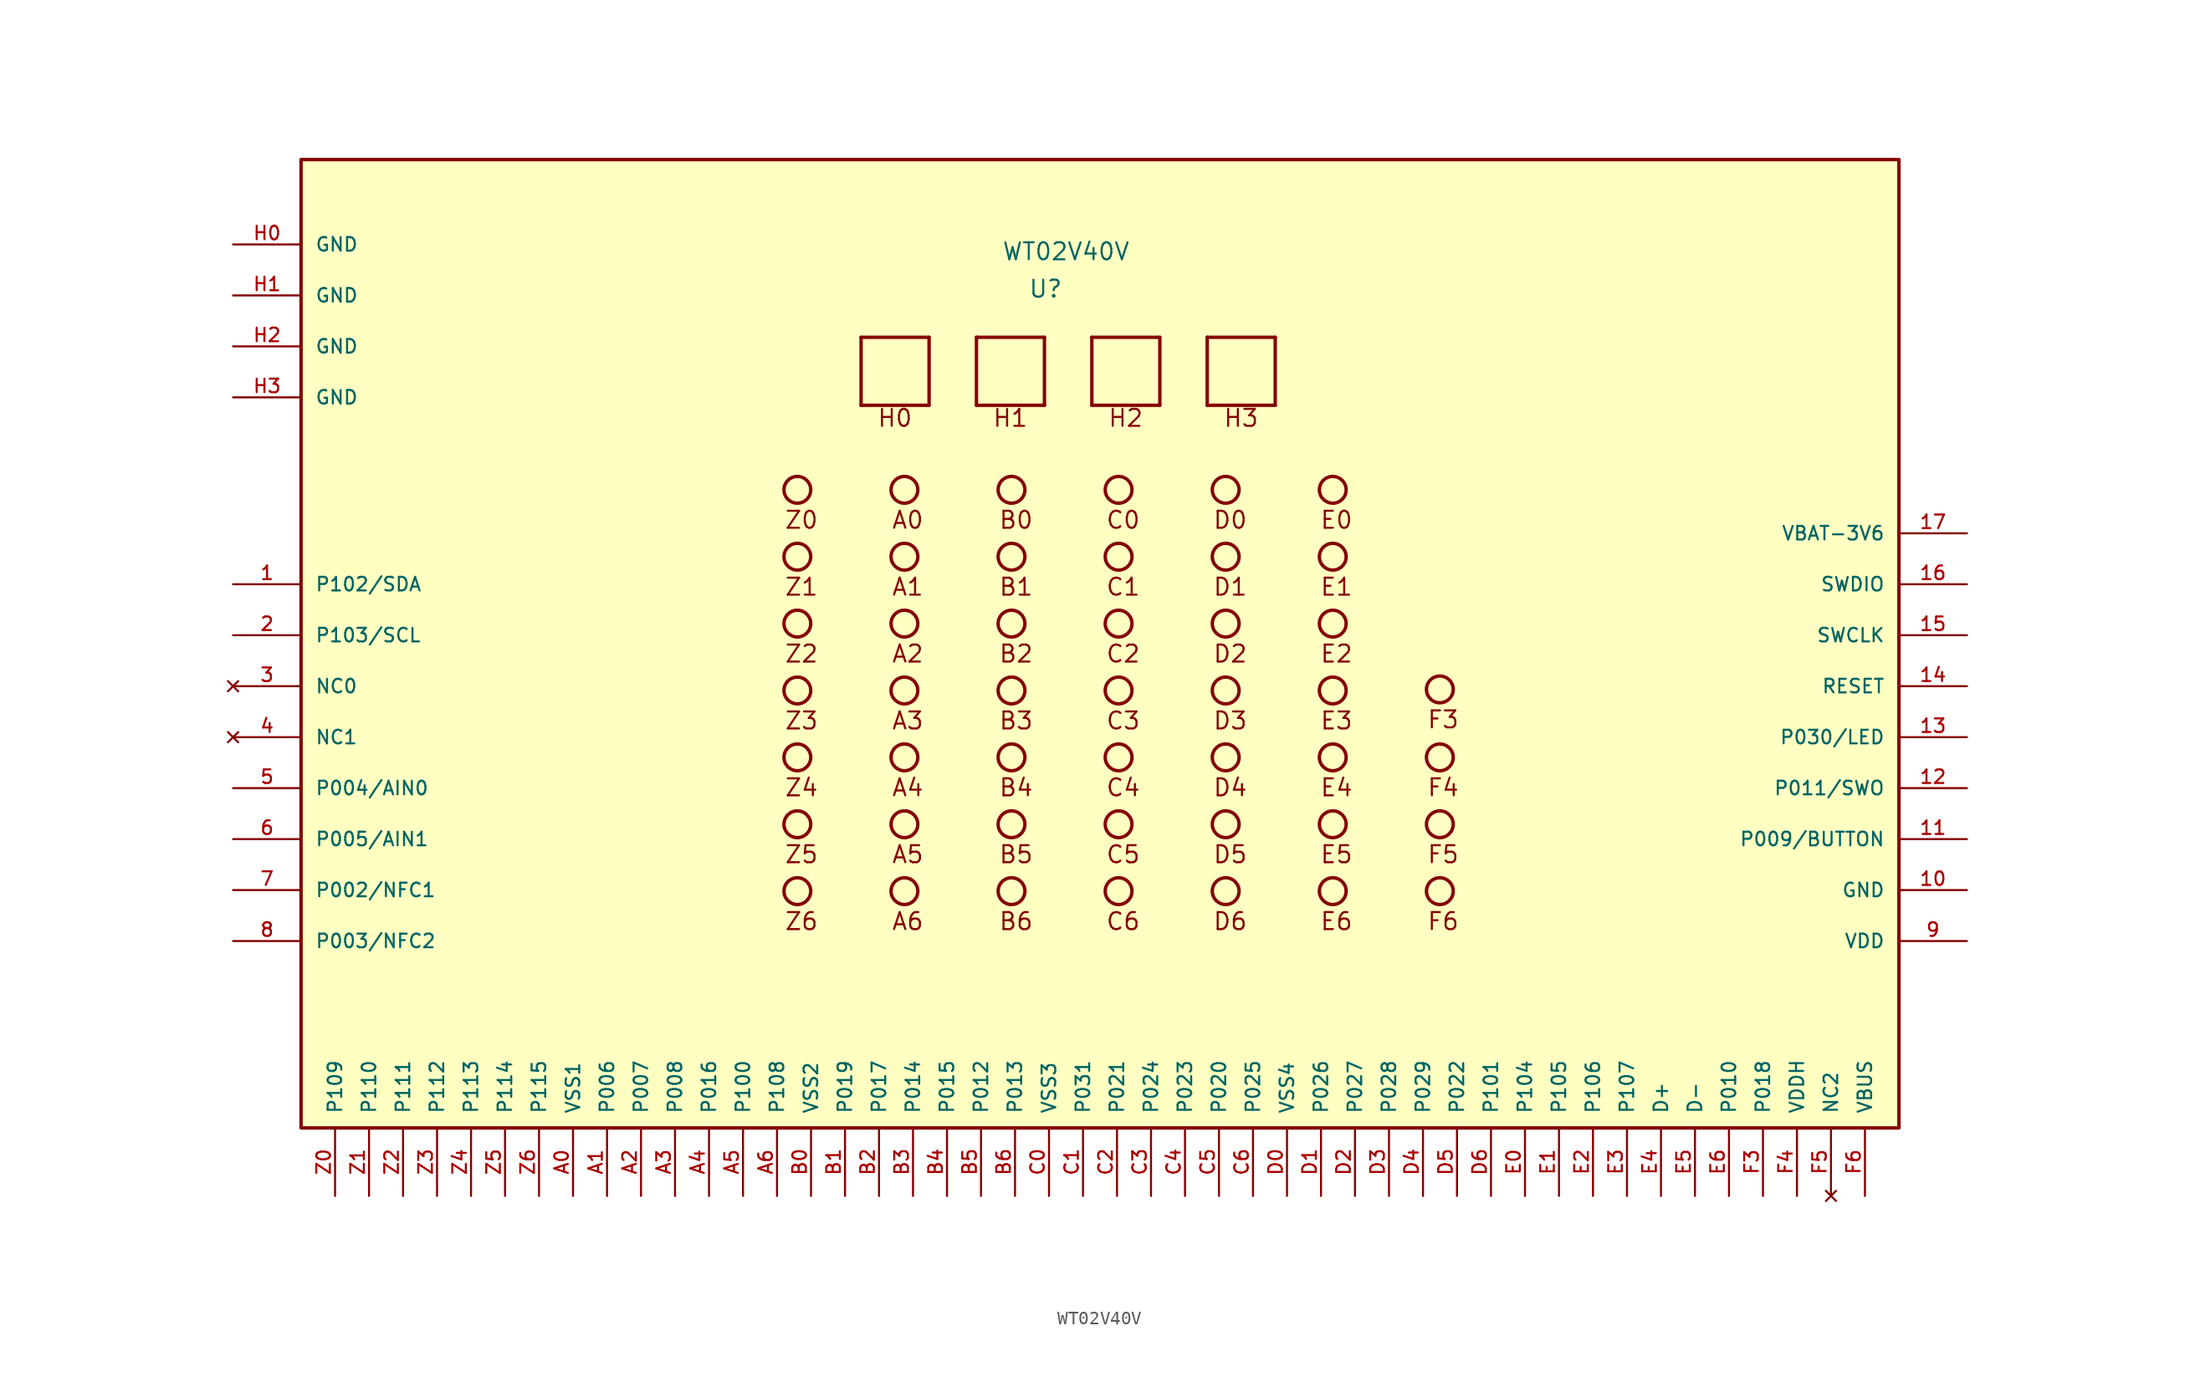
<source format=kicad_sym>
(kicad_symbol_lib
  (version 20231120)
  (generator "kicad_symbol_editor")
  (generator_version "8.0")
  (symbol "WT02V40V"
    (pin_names
      (offset 1.016))
    (property "Reference" "U"
      (at 37.846 11.176 0)
      (effects (font (size 1.27 1.27)) (justify bottom)))
    (property "Value" "WT02V40V"
      (at 39.37 13.97 0)
      (effects (font (size 1.27 1.27)) (justify bottom)))
    (symbol "WT02V40V_0_0"
      (polyline (pts (xy 24.06 3.22) (xy 24.06 8.3)) (stroke (width 0.254) (type default)) (fill (type none)))
      (polyline (pts (xy 24.06 8.3) (xy 29.14 8.3)) (stroke (width 0.254) (type default)) (fill (type none)))
      (polyline (pts (xy 29.14 3.22) (xy 24.06 3.22)) (stroke (width 0.254) (type default)) (fill (type none)))
      (polyline (pts (xy 29.14 8.3) (xy 29.14 3.22)) (stroke (width 0.254) (type default)) (fill (type none)))
      (polyline (pts (xy 32.68 3.22) (xy 32.68 8.3)) (stroke (width 0.254) (type default)) (fill (type none)))
      (polyline (pts (xy 32.68 8.3) (xy 37.76 8.3)) (stroke (width 0.254) (type default)) (fill (type none)))
      (polyline (pts (xy 37.76 3.22) (xy 32.68 3.22)) (stroke (width 0.254) (type default)) (fill (type none)))
      (polyline (pts (xy 37.76 8.3) (xy 37.76 3.22)) (stroke (width 0.254) (type default)) (fill (type none)))
      (polyline (pts (xy 41.3 3.22) (xy 41.3 8.3)) (stroke (width 0.254) (type default)) (fill (type none)))
      (polyline (pts (xy 41.3 8.3) (xy 46.38 8.3)) (stroke (width 0.254) (type default)) (fill (type none)))
      (polyline (pts (xy 46.38 3.22) (xy 41.3 3.22)) (stroke (width 0.254) (type default)) (fill (type none)))
      (polyline (pts (xy 46.38 8.3) (xy 46.38 3.22)) (stroke (width 0.254) (type default)) (fill (type none)))
      (polyline (pts (xy 49.92 3.22) (xy 49.92 8.3)) (stroke (width 0.254) (type default)) (fill (type none)))
      (polyline (pts (xy 49.92 8.3) (xy 55 8.3)) (stroke (width 0.254) (type default)) (fill (type none)))
      (polyline (pts (xy 55 3.22) (xy 49.92 3.22)) (stroke (width 0.254) (type default)) (fill (type none)))
      (polyline (pts (xy 55 8.3) (xy 55 3.22)) (stroke (width 0.254) (type default)) (fill (type none)))
      (circle (center 19.3 -33.1) (radius 1) (stroke (width 0.254) (type default)) (fill (type none)))
      (circle (center 19.3 -28.1) (radius 1) (stroke (width 0.254) (type default)) (fill (type none)))
      (circle (center 19.3 -23.1) (radius 1) (stroke (width 0.254) (type default)) (fill (type none)))
      (circle (center 19.3 -18.1) (radius 1) (stroke (width 0.254) (type default)) (fill (type none)))
      (circle (center 19.3 -13.1) (radius 1) (stroke (width 0.254) (type default)) (fill (type none)))
      (circle (center 19.3 -8.1) (radius 1) (stroke (width 0.254) (type default)) (fill (type none)))
      (circle (center 19.3 -3.1) (radius 1) (stroke (width 0.254) (type default)) (fill (type none)))
      (circle (center 27.3 -33.1) (radius 1) (stroke (width 0.254) (type default)) (fill (type none)))
      (circle (center 27.3 -28.1) (radius 1) (stroke (width 0.254) (type default)) (fill (type none)))
      (circle (center 27.3 -23.1) (radius 1) (stroke (width 0.254) (type default)) (fill (type none)))
      (circle (center 27.3 -18.1) (radius 1) (stroke (width 0.254) (type default)) (fill (type none)))
      (circle (center 27.3 -13.1) (radius 1) (stroke (width 0.254) (type default)) (fill (type none)))
      (circle (center 27.3 -8.1) (radius 1) (stroke (width 0.254) (type default)) (fill (type none)))
      (circle (center 27.3 -3.1) (radius 1) (stroke (width 0.254) (type default)) (fill (type none)))
      (circle (center 35.3 -33.1) (radius 1) (stroke (width 0.254) (type default)) (fill (type none)))
      (circle (center 35.3 -28.1) (radius 1) (stroke (width 0.254) (type default)) (fill (type none)))
      (circle (center 35.3 -23.1) (radius 1) (stroke (width 0.254) (type default)) (fill (type none)))
      (circle (center 35.3 -18.1) (radius 1) (stroke (width 0.254) (type default)) (fill (type none)))
      (circle (center 35.3 -13.1) (radius 1) (stroke (width 0.254) (type default)) (fill (type none)))
      (circle (center 35.3 -8.1) (radius 1) (stroke (width 0.254) (type default)) (fill (type none)))
      (circle (center 35.3 -3.1) (radius 1) (stroke (width 0.254) (type default)) (fill (type none)))
      (circle (center 43.3 -33.1) (radius 1) (stroke (width 0.254) (type default)) (fill (type none)))
      (circle (center 43.3 -28.1) (radius 1) (stroke (width 0.254) (type default)) (fill (type none)))
      (circle (center 43.3 -23.1) (radius 1) (stroke (width 0.254) (type default)) (fill (type none)))
      (circle (center 43.3 -18.1) (radius 1) (stroke (width 0.254) (type default)) (fill (type none)))
      (circle (center 43.3 -13.1) (radius 1) (stroke (width 0.254) (type default)) (fill (type none)))
      (circle (center 43.3 -8.1) (radius 1) (stroke (width 0.254) (type default)) (fill (type none)))
      (circle (center 43.3 -3.1) (radius 1) (stroke (width 0.254) (type default)) (fill (type none)))
      (circle (center 51.3 -33.1) (radius 1) (stroke (width 0.254) (type default)) (fill (type none)))
      (circle (center 51.3 -28.1) (radius 1) (stroke (width 0.254) (type default)) (fill (type none)))
      (circle (center 51.3 -23.1) (radius 1) (stroke (width 0.254) (type default)) (fill (type none)))
      (circle (center 51.3 -18.1) (radius 1) (stroke (width 0.254) (type default)) (fill (type none)))
      (circle (center 51.3 -13.1) (radius 1) (stroke (width 0.254) (type default)) (fill (type none)))
      (circle (center 51.3 -8.1) (radius 1) (stroke (width 0.254) (type default)) (fill (type none)))
      (circle (center 51.3 -3.1) (radius 1) (stroke (width 0.254) (type default)) (fill (type none)))
      (circle (center 59.3 -33.1) (radius 1) (stroke (width 0.254) (type default)) (fill (type none)))
      (circle (center 59.3 -28.1) (radius 1) (stroke (width 0.254) (type default)) (fill (type none)))
      (circle (center 59.3 -23.1) (radius 1) (stroke (width 0.254) (type default)) (fill (type none)))
      (circle (center 59.3 -18.1) (radius 1) (stroke (width 0.254) (type default)) (fill (type none)))
      (circle (center 59.3 -13.1) (radius 1) (stroke (width 0.254) (type default)) (fill (type none)))
      (circle (center 59.3 -8.1) (radius 1) (stroke (width 0.254) (type default)) (fill (type none)))
      (circle (center 59.3 -3.1) (radius 1) (stroke (width 0.254) (type default)) (fill (type none)))
      (circle (center 67.3 -33.1) (radius 1) (stroke (width 0.254) (type default)) (fill (type none)))
      (circle (center 67.3 -28.1) (radius 1) (stroke (width 0.254) (type default)) (fill (type none)))
      (circle (center 67.3 -23.1) (radius 1) (stroke (width 0.254) (type default)) (fill (type none)))
      (circle (center 67.3 -18.02) (radius 1) (stroke (width 0.254) (type default)) (fill (type none)))
      (text "A0" (at 26.3 -6.1 0) (effects (font (size 1.27 1.27)) (justify left bottom)))
      (text "A1" (at 26.3 -11.1 0) (effects (font (size 1.27 1.27)) (justify left bottom)))
      (text "A2" (at 26.3 -16.1 0) (effects (font (size 1.27 1.27)) (justify left bottom)))
      (text "A3" (at 26.3 -21.1 0) (effects (font (size 1.27 1.27)) (justify left bottom)))
      (text "A4" (at 26.3 -26.1 0) (effects (font (size 1.27 1.27)) (justify left bottom)))
      (text "A5" (at 26.3 -31.1 0) (effects (font (size 1.27 1.27)) (justify left bottom)))
      (text "A6" (at 26.3 -36.1 0) (effects (font (size 1.27 1.27)) (justify left bottom)))
      (text "B0" (at 34.3 -6.1 0) (effects (font (size 1.27 1.27)) (justify left bottom)))
      (text "B1" (at 34.3 -11.1 0) (effects (font (size 1.27 1.27)) (justify left bottom)))
      (text "B2" (at 34.3 -16.1 0) (effects (font (size 1.27 1.27)) (justify left bottom)))
      (text "B3" (at 34.3 -21.1 0) (effects (font (size 1.27 1.27)) (justify left bottom)))
      (text "B4" (at 34.3 -26.1 0) (effects (font (size 1.27 1.27)) (justify left bottom)))
      (text "B5" (at 34.3 -31.1 0) (effects (font (size 1.27 1.27)) (justify left bottom)))
      (text "B6" (at 34.3 -36.1 0) (effects (font (size 1.27 1.27)) (justify left bottom)))
      (text "C0" (at 42.3 -6.1 0) (effects (font (size 1.27 1.27)) (justify left bottom)))
      (text "C1" (at 42.3 -11.1 0) (effects (font (size 1.27 1.27)) (justify left bottom)))
      (text "C2" (at 42.3 -16.1 0) (effects (font (size 1.27 1.27)) (justify left bottom)))
      (text "C3" (at 42.3 -21.1 0) (effects (font (size 1.27 1.27)) (justify left bottom)))
      (text "C4" (at 42.3 -26.1 0) (effects (font (size 1.27 1.27)) (justify left bottom)))
      (text "C5" (at 42.3 -31.1 0) (effects (font (size 1.27 1.27)) (justify left bottom)))
      (text "C6" (at 42.3 -36.1 0) (effects (font (size 1.27 1.27)) (justify left bottom)))
      (text "D0" (at 50.3 -6.1 0) (effects (font (size 1.27 1.27)) (justify left bottom)))
      (text "D1" (at 50.3 -11.1 0) (effects (font (size 1.27 1.27)) (justify left bottom)))
      (text "D2" (at 50.3 -16.1 0) (effects (font (size 1.27 1.27)) (justify left bottom)))
      (text "D3" (at 50.3 -21.1 0) (effects (font (size 1.27 1.27)) (justify left bottom)))
      (text "D4" (at 50.3 -26.1 0) (effects (font (size 1.27 1.27)) (justify left bottom)))
      (text "D5" (at 50.3 -31.1 0) (effects (font (size 1.27 1.27)) (justify left bottom)))
      (text "D6" (at 50.3 -36.1 0) (effects (font (size 1.27 1.27)) (justify left bottom)))
      (text "E0" (at 58.3 -6.1 0) (effects (font (size 1.27 1.27)) (justify left bottom)))
      (text "E1" (at 58.3 -11.1 0) (effects (font (size 1.27 1.27)) (justify left bottom)))
      (text "E2" (at 58.3 -16.1 0) (effects (font (size 1.27 1.27)) (justify left bottom)))
      (text "E3" (at 58.3 -21.1 0) (effects (font (size 1.27 1.27)) (justify left bottom)))
      (text "E5" (at 58.3 -31.1 0) (effects (font (size 1.27 1.27)) (justify left bottom)))
      (text "E6" (at 58.3 -36.1 0) (effects (font (size 1.27 1.27)) (justify left bottom)))
      (text "F3" (at 66.3 -21.02 0) (effects (font (size 1.27 1.27)) (justify left bottom)))
      (text "F4" (at 66.3 -26.1 0) (effects (font (size 1.27 1.27)) (justify left bottom)))
      (text "F5" (at 66.3 -31.1 0) (effects (font (size 1.27 1.27)) (justify left bottom)))
      (text "F6" (at 66.3 -36.1 0) (effects (font (size 1.27 1.27)) (justify left bottom)))
      (text "H0" (at 25.22 1.52 0) (effects (font (size 1.27 1.27)) (justify left bottom)))
      (text "H1" (at 33.84 1.52 0) (effects (font (size 1.27 1.27)) (justify left bottom)))
      (text "H2" (at 42.46 1.52 0) (effects (font (size 1.27 1.27)) (justify left bottom)))
      (text "H3" (at 51.08 1.52 0) (effects (font (size 1.27 1.27)) (justify left bottom)))
      (text "Z0" (at 18.3 -6.1 0) (effects (font (size 1.27 1.27)) (justify left bottom)))
      (text "Z1" (at 18.3 -11.1 0) (effects (font (size 1.27 1.27)) (justify left bottom)))
      (text "Z2" (at 18.3 -16.1 0) (effects (font (size 1.27 1.27)) (justify left bottom)))
      (text "Z3" (at 18.3 -21.1 0) (effects (font (size 1.27 1.27)) (justify left bottom)))
      (text "Z4" (at 18.3 -26.1 0) (effects (font (size 1.27 1.27)) (justify left bottom)))
      (text "Z5" (at 18.3 -31.1 0) (effects (font (size 1.27 1.27)) (justify left bottom)))
      (text "Z6" (at 18.3 -36.1 0) (effects (font (size 1.27 1.27)) (justify left bottom))))
    (symbol "WT02V40V_1_0"
      (rectangle (start -17.78 21.59) (end 101.6 -50.8) (stroke (width 0.254) (type default)) (fill (type background)))
      (text "E4" (at 58.3 -26.1 0) (effects (font (size 1.27 1.27)) (justify left bottom)))
      (pin bidirectional line (at -22.86 -10.16 0) (length 5.08) (name "P102/SDA" (effects (font (size 1.016 1.016)))) (number "1" (effects (font (size 1.016 1.016)))))
      (pin power_in line (at 106.68 -33.02 180) (length 5.08) (name "GND" (effects (font (size 1.016 1.016)))) (number "10" (effects (font (size 1.016 1.016)))))
      (pin bidirectional line (at 106.68 -29.21 180) (length 5.08) (name "P009/BUTTON" (effects (font (size 1.016 1.016)))) (number "11" (effects (font (size 1.016 1.016)))))
      (pin bidirectional line (at 106.68 -25.4 180) (length 5.08) (name "P011/SWO" (effects (font (size 1.016 1.016)))) (number "12" (effects (font (size 1.016 1.016)))))
      (pin bidirectional line (at 106.68 -21.59 180) (length 5.08) (name "P030/LED" (effects (font (size 1.016 1.016)))) (number "13" (effects (font (size 1.016 1.016)))))
      (pin bidirectional line (at 106.68 -17.78 180) (length 5.08) (name "RESET" (effects (font (size 1.016 1.016)))) (number "14" (effects (font (size 1.016 1.016)))))
      (pin bidirectional line (at 106.68 -13.97 180) (length 5.08) (name "SWCLK" (effects (font (size 1.016 1.016)))) (number "15" (effects (font (size 1.016 1.016)))))
      (pin bidirectional line (at 106.68 -10.16 180) (length 5.08) (name "SWDIO" (effects (font (size 1.016 1.016)))) (number "16" (effects (font (size 1.016 1.016)))))
      (pin power_in line (at 106.68 -6.35 180) (length 5.08) (name "VBAT-3V6" (effects (font (size 1.016 1.016)))) (number "17" (effects (font (size 1.016 1.016)))))
      (pin bidirectional line (at -22.86 -13.97 0) (length 5.08) (name "P103/SCL" (effects (font (size 1.016 1.016)))) (number "2" (effects (font (size 1.016 1.016)))))
      (pin no_connect line (at -22.86 -17.78 0) (length 5.08) (name "NC0" (effects (font (size 1.016 1.016)))) (number "3" (effects (font (size 1.016 1.016)))))
      (pin no_connect line (at -22.86 -21.59 0) (length 5.08) (name "NC1" (effects (font (size 1.016 1.016)))) (number "4" (effects (font (size 1.016 1.016)))))
      (pin bidirectional line (at -22.86 -25.4 0) (length 5.08) (name "P004/AIN0" (effects (font (size 1.016 1.016)))) (number "5" (effects (font (size 1.016 1.016)))))
      (pin bidirectional line (at -22.86 -29.21 0) (length 5.08) (name "P005/AIN1" (effects (font (size 1.016 1.016)))) (number "6" (effects (font (size 1.016 1.016)))))
      (pin bidirectional line (at -22.86 -33.02 0) (length 5.08) (name "P002/NFC1" (effects (font (size 1.016 1.016)))) (number "7" (effects (font (size 1.016 1.016)))))
      (pin bidirectional line (at -22.86 -36.83 0) (length 5.08) (name "P003/NFC2" (effects (font (size 1.016 1.016)))) (number "8" (effects (font (size 1.016 1.016)))))
      (pin power_in line (at 106.68 -36.83 180) (length 5.08) (name "VDD" (effects (font (size 1.016 1.016)))) (number "9" (effects (font (size 1.016 1.016)))))
      (pin power_in line (at 2.54 -55.88 90) (length 5.08) (name "VSS1" (effects (font (size 1.016 1.016)))) (number "A0" (effects (font (size 1.016 1.016)))))
      (pin bidirectional line (at 5.08 -55.88 90) (length 5.08) (name "P006" (effects (font (size 1.016 1.016)))) (number "A1" (effects (font (size 1.016 1.016)))))
      (pin bidirectional line (at 7.62 -55.88 90) (length 5.08) (name "P007" (effects (font (size 1.016 1.016)))) (number "A2" (effects (font (size 1.016 1.016)))))
      (pin bidirectional line (at 10.16 -55.88 90) (length 5.08) (name "P008" (effects (font (size 1.016 1.016)))) (number "A3" (effects (font (size 1.016 1.016)))))
      (pin bidirectional line (at 12.7 -55.88 90) (length 5.08) (name "P016" (effects (font (size 1.016 1.016)))) (number "A4" (effects (font (size 1.016 1.016)))))
      (pin bidirectional line (at 15.24 -55.88 90) (length 5.08) (name "P100" (effects (font (size 1.016 1.016)))) (number "A5" (effects (font (size 1.016 1.016)))))
      (pin bidirectional line (at 17.78 -55.88 90) (length 5.08) (name "P108" (effects (font (size 1.016 1.016)))) (number "A6" (effects (font (size 1.016 1.016)))))
      (pin power_in line (at 20.32 -55.88 90) (length 5.08) (name "VSS2" (effects (font (size 1.016 1.016)))) (number "B0" (effects (font (size 1.016 1.016)))))
      (pin bidirectional line (at 22.86 -55.88 90) (length 5.08) (name "P019" (effects (font (size 1.016 1.016)))) (number "B1" (effects (font (size 1.016 1.016)))))
      (pin bidirectional line (at 25.4 -55.88 90) (length 5.08) (name "P017" (effects (font (size 1.016 1.016)))) (number "B2" (effects (font (size 1.016 1.016)))))
      (pin bidirectional line (at 27.94 -55.88 90) (length 5.08) (name "P014" (effects (font (size 1.016 1.016)))) (number "B3" (effects (font (size 1.016 1.016)))))
      (pin bidirectional line (at 30.48 -55.88 90) (length 5.08) (name "P015" (effects (font (size 1.016 1.016)))) (number "B4" (effects (font (size 1.016 1.016)))))
      (pin bidirectional line (at 33.02 -55.88 90) (length 5.08) (name "P012" (effects (font (size 1.016 1.016)))) (number "B5" (effects (font (size 1.016 1.016)))))
      (pin bidirectional line (at 35.56 -55.88 90) (length 5.08) (name "P013" (effects (font (size 1.016 1.016)))) (number "B6" (effects (font (size 1.016 1.016)))))
      (pin power_in line (at 38.1 -55.88 90) (length 5.08) (name "VSS3" (effects (font (size 1.016 1.016)))) (number "C0" (effects (font (size 1.016 1.016)))))
      (pin bidirectional line (at 40.64 -55.88 90) (length 5.08) (name "P031" (effects (font (size 1.016 1.016)))) (number "C1" (effects (font (size 1.016 1.016)))))
      (pin bidirectional line (at 43.18 -55.88 90) (length 5.08) (name "P021" (effects (font (size 1.016 1.016)))) (number "C2" (effects (font (size 1.016 1.016)))))
      (pin bidirectional line (at 45.72 -55.88 90) (length 5.08) (name "P024" (effects (font (size 1.016 1.016)))) (number "C3" (effects (font (size 1.016 1.016)))))
      (pin bidirectional line (at 48.26 -55.88 90) (length 5.08) (name "P023" (effects (font (size 1.016 1.016)))) (number "C4" (effects (font (size 1.016 1.016)))))
      (pin bidirectional line (at 50.8 -55.88 90) (length 5.08) (name "P020" (effects (font (size 1.016 1.016)))) (number "C5" (effects (font (size 1.016 1.016)))))
      (pin bidirectional line (at 53.34 -55.88 90) (length 5.08) (name "P025" (effects (font (size 1.016 1.016)))) (number "C6" (effects (font (size 1.016 1.016)))))
      (pin power_in line (at 55.88 -55.88 90) (length 5.08) (name "VSS4" (effects (font (size 1.016 1.016)))) (number "D0" (effects (font (size 1.016 1.016)))))
      (pin bidirectional line (at 58.42 -55.88 90) (length 5.08) (name "P026" (effects (font (size 1.016 1.016)))) (number "D1" (effects (font (size 1.016 1.016)))))
      (pin bidirectional line (at 60.96 -55.88 90) (length 5.08) (name "P027" (effects (font (size 1.016 1.016)))) (number "D2" (effects (font (size 1.016 1.016)))))
      (pin bidirectional line (at 63.5 -55.88 90) (length 5.08) (name "P028" (effects (font (size 1.016 1.016)))) (number "D3" (effects (font (size 1.016 1.016)))))
      (pin bidirectional line (at 66.04 -55.88 90) (length 5.08) (name "P029" (effects (font (size 1.016 1.016)))) (number "D4" (effects (font (size 1.016 1.016)))))
      (pin bidirectional line (at 68.58 -55.88 90) (length 5.08) (name "P022" (effects (font (size 1.016 1.016)))) (number "D5" (effects (font (size 1.016 1.016)))))
      (pin bidirectional line (at 71.12 -55.88 90) (length 5.08) (name "P101" (effects (font (size 1.016 1.016)))) (number "D6" (effects (font (size 1.016 1.016)))))
      (pin bidirectional line (at 73.66 -55.88 90) (length 5.08) (name "P104" (effects (font (size 1.016 1.016)))) (number "E0" (effects (font (size 1.016 1.016)))))
      (pin bidirectional line (at 76.2 -55.88 90) (length 5.08) (name "P105" (effects (font (size 1.016 1.016)))) (number "E1" (effects (font (size 1.016 1.016)))))
      (pin bidirectional line (at 78.74 -55.88 90) (length 5.08) (name "P106" (effects (font (size 1.016 1.016)))) (number "E2" (effects (font (size 1.016 1.016)))))
      (pin bidirectional line (at 81.28 -55.88 90) (length 5.08) (name "P107" (effects (font (size 1.016 1.016)))) (number "E3" (effects (font (size 1.016 1.016)))))
      (pin bidirectional line (at 83.82 -55.88 90) (length 5.08) (name "D+" (effects (font (size 1.016 1.016)))) (number "E4" (effects (font (size 1.016 1.016)))))
      (pin bidirectional line (at 86.36 -55.88 90) (length 5.08) (name "D-" (effects (font (size 1.016 1.016)))) (number "E5" (effects (font (size 1.016 1.016)))))
      (pin bidirectional line (at 88.9 -55.88 90) (length 5.08) (name "P010" (effects (font (size 1.016 1.016)))) (number "E6" (effects (font (size 1.016 1.016)))))
      (pin bidirectional line (at 91.44 -55.88 90) (length 5.08) (name "P018" (effects (font (size 1.016 1.016)))) (number "F3" (effects (font (size 1.016 1.016)))))
      (pin power_in line (at 93.98 -55.88 90) (length 5.08) (name "VDDH" (effects (font (size 1.016 1.016)))) (number "F4" (effects (font (size 1.016 1.016)))))
      (pin no_connect line (at 96.52 -55.88 90) (length 5.08) (name "NC2" (effects (font (size 1.016 1.016)))) (number "F5" (effects (font (size 1.016 1.016)))))
      (pin power_in line (at 99.06 -55.88 90) (length 5.08) (name "VBUS" (effects (font (size 1.016 1.016)))) (number "F6" (effects (font (size 1.016 1.016)))))
      (pin power_in line (at -22.86 15.24 0) (length 5.08) (name "GND" (effects (font (size 1.016 1.016)))) (number "H0" (effects (font (size 1.016 1.016)))))
      (pin power_in line (at -22.86 11.43 0) (length 5.08) (name "GND" (effects (font (size 1.016 1.016)))) (number "H1" (effects (font (size 1.016 1.016)))))
      (pin power_in line (at -22.86 7.62 0) (length 5.08) (name "GND" (effects (font (size 1.016 1.016)))) (number "H2" (effects (font (size 1.016 1.016)))))
      (pin power_in line (at -22.86 3.81 0) (length 5.08) (name "GND" (effects (font (size 1.016 1.016)))) (number "H3" (effects (font (size 1.016 1.016)))))
      (pin bidirectional line (at -15.24 -55.88 90) (length 5.08) (name "P109" (effects (font (size 1.016 1.016)))) (number "Z0" (effects (font (size 1.016 1.016)))))
      (pin bidirectional line (at -12.7 -55.88 90) (length 5.08) (name "P110" (effects (font (size 1.016 1.016)))) (number "Z1" (effects (font (size 1.016 1.016)))))
      (pin bidirectional line (at -10.16 -55.88 90) (length 5.08) (name "P111" (effects (font (size 1.016 1.016)))) (number "Z2" (effects (font (size 1.016 1.016)))))
      (pin bidirectional line (at -7.62 -55.88 90) (length 5.08) (name "P112" (effects (font (size 1.016 1.016)))) (number "Z3" (effects (font (size 1.016 1.016)))))
      (pin bidirectional line (at -5.08 -55.88 90) (length 5.08) (name "P113" (effects (font (size 1.016 1.016)))) (number "Z4" (effects (font (size 1.016 1.016)))))
      (pin bidirectional line (at -2.54 -55.88 90) (length 5.08) (name "P114" (effects (font (size 1.016 1.016)))) (number "Z5" (effects (font (size 1.016 1.016)))))
      (pin bidirectional line (at 0 -55.88 90) (length 5.08) (name "P115" (effects (font (size 1.016 1.016)))) (number "Z6" (effects (font (size 1.016 1.016))))))))
</source>
